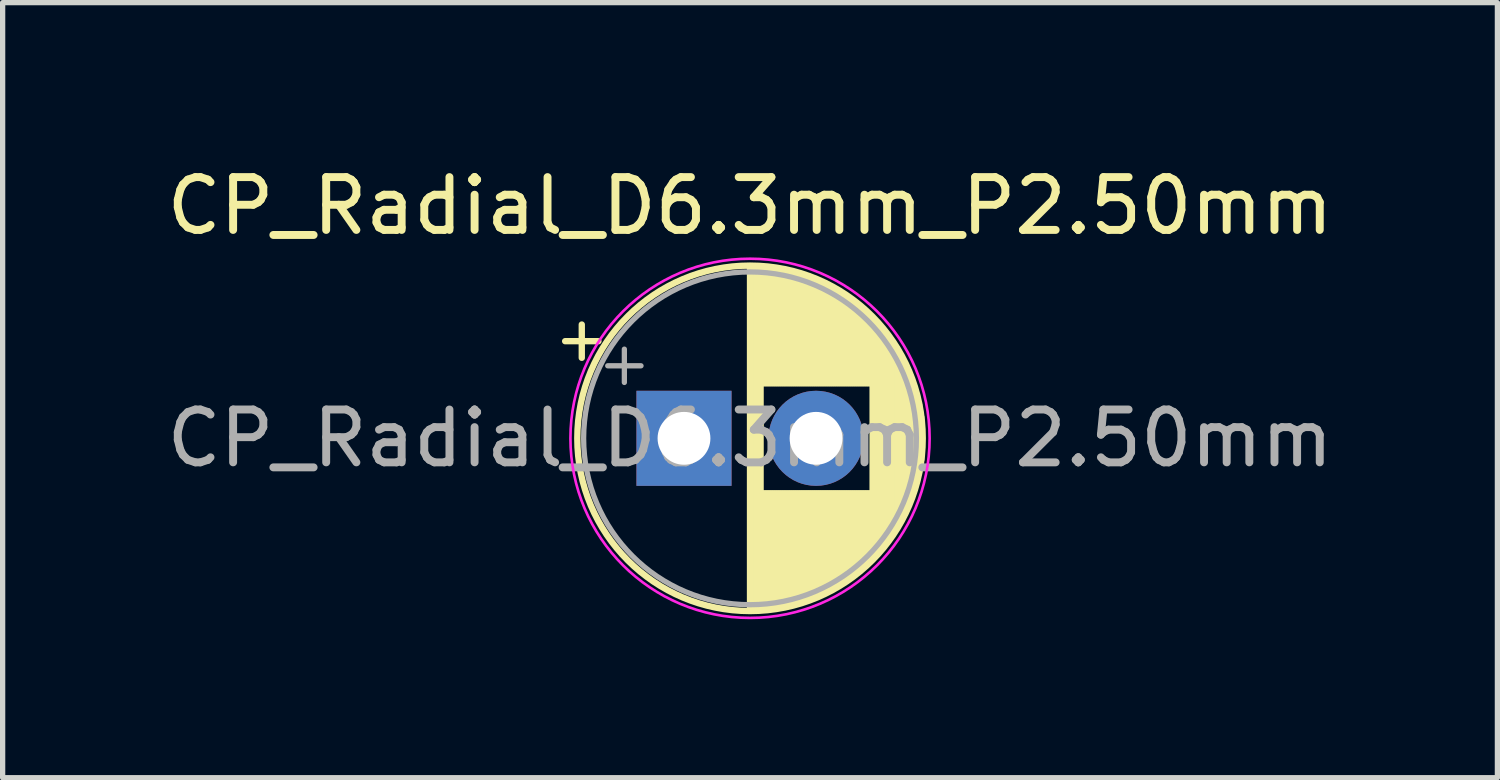
<source format=kicad_pcb>
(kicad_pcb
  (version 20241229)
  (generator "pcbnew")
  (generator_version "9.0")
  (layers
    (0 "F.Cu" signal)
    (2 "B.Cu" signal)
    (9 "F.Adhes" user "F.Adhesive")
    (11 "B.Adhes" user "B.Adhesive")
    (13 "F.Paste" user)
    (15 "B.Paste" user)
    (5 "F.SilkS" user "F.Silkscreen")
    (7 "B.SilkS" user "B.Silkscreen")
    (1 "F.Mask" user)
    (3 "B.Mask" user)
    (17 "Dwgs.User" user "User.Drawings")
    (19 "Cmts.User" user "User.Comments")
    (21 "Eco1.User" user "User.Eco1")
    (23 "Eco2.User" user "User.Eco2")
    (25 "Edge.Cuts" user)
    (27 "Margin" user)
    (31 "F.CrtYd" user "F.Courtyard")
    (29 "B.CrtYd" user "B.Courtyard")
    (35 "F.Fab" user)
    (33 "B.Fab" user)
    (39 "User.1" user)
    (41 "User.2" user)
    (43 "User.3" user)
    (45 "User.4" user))
  (footprint "CP_Radial_D6.3mm_P2.50mm"
    (layer "F.Cu")
    (at 9.899 5.248)
    (property "Reference" "CP_Radial_D6.3mm_P2.50mm" (at 1.25 -4.4 180) (layer "F.SilkS") (effects (font (size 1 1) (thickness 0.15))))
    (attr through_hole)
    (fp_line (start -2.25 -1.839) (end -1.62 -1.839) (stroke (width 0.12) (type solid)) (layer "F.SilkS"))
    (fp_line (start -1.935 -2.154) (end -1.935 -1.524) (stroke (width 0.12) (type solid)) (layer "F.SilkS"))
    (fp_line (start 1.25 -3.23) (end 1.25 3.23) (stroke (width 0.12) (type solid)) (layer "F.SilkS"))
    (fp_line (start 1.29 -3.23) (end 1.29 3.23) (stroke (width 0.12) (type solid)) (layer "F.SilkS"))
    (fp_line (start 1.33 -3.23) (end 1.33 3.23) (stroke (width 0.12) (type solid)) (layer "F.SilkS"))
    (fp_line (start 1.37 -3.228) (end 1.37 3.228) (stroke (width 0.12) (type solid)) (layer "F.SilkS"))
    (fp_line (start 1.41 -3.227) (end 1.41 3.227) (stroke (width 0.12) (type solid)) (layer "F.SilkS"))
    (fp_line (start 1.45 -3.224) (end 1.45 3.224) (stroke (width 0.12) (type solid)) (layer "F.SilkS"))
    (fp_line (start 1.49 -3.222) (end 1.49 -1.04) (stroke (width 0.12) (type solid)) (layer "F.SilkS"))
    (fp_line (start 1.49 1.04) (end 1.49 3.222) (stroke (width 0.12) (type solid)) (layer "F.SilkS"))
    (fp_line (start 1.53 -3.218) (end 1.53 -1.04) (stroke (width 0.12) (type solid)) (layer "F.SilkS"))
    (fp_line (start 1.53 1.04) (end 1.53 3.218) (stroke (width 0.12) (type solid)) (layer "F.SilkS"))
    (fp_line (start 1.57 -3.215) (end 1.57 -1.04) (stroke (width 0.12) (type solid)) (layer "F.SilkS"))
    (fp_line (start 1.57 1.04) (end 1.57 3.215) (stroke (width 0.12) (type solid)) (layer "F.SilkS"))
    (fp_line (start 1.61 -3.211) (end 1.61 -1.04) (stroke (width 0.12) (type solid)) (layer "F.SilkS"))
    (fp_line (start 1.61 1.04) (end 1.61 3.211) (stroke (width 0.12) (type solid)) (layer "F.SilkS"))
    (fp_line (start 1.65 -3.206) (end 1.65 -1.04) (stroke (width 0.12) (type solid)) (layer "F.SilkS"))
    (fp_line (start 1.65 1.04) (end 1.65 3.206) (stroke (width 0.12) (type solid)) (layer "F.SilkS"))
    (fp_line (start 1.69 -3.201) (end 1.69 -1.04) (stroke (width 0.12) (type solid)) (layer "F.SilkS"))
    (fp_line (start 1.69 1.04) (end 1.69 3.201) (stroke (width 0.12) (type solid)) (layer "F.SilkS"))
    (fp_line (start 1.73 -3.195) (end 1.73 -1.04) (stroke (width 0.12) (type solid)) (layer "F.SilkS"))
    (fp_line (start 1.73 1.04) (end 1.73 3.195) (stroke (width 0.12) (type solid)) (layer "F.SilkS"))
    (fp_line (start 1.77 -3.189) (end 1.77 -1.04) (stroke (width 0.12) (type solid)) (layer "F.SilkS"))
    (fp_line (start 1.77 1.04) (end 1.77 3.189) (stroke (width 0.12) (type solid)) (layer "F.SilkS"))
    (fp_line (start 1.81 -3.182) (end 1.81 -1.04) (stroke (width 0.12) (type solid)) (layer "F.SilkS"))
    (fp_line (start 1.81 1.04) (end 1.81 3.182) (stroke (width 0.12) (type solid)) (layer "F.SilkS"))
    (fp_line (start 1.85 -3.175) (end 1.85 -1.04) (stroke (width 0.12) (type solid)) (layer "F.SilkS"))
    (fp_line (start 1.85 1.04) (end 1.85 3.175) (stroke (width 0.12) (type solid)) (layer "F.SilkS"))
    (fp_line (start 1.89 -3.167) (end 1.89 -1.04) (stroke (width 0.12) (type solid)) (layer "F.SilkS"))
    (fp_line (start 1.89 1.04) (end 1.89 3.167) (stroke (width 0.12) (type solid)) (layer "F.SilkS"))
    (fp_line (start 1.93 -3.159) (end 1.93 -1.04) (stroke (width 0.12) (type solid)) (layer "F.SilkS"))
    (fp_line (start 1.93 1.04) (end 1.93 3.159) (stroke (width 0.12) (type solid)) (layer "F.SilkS"))
    (fp_line (start 1.971 -3.15) (end 1.971 -1.04) (stroke (width 0.12) (type solid)) (layer "F.SilkS"))
    (fp_line (start 1.971 1.04) (end 1.971 3.15) (stroke (width 0.12) (type solid)) (layer "F.SilkS"))
    (fp_line (start 2.011 -3.141) (end 2.011 -1.04) (stroke (width 0.12) (type solid)) (layer "F.SilkS"))
    (fp_line (start 2.011 1.04) (end 2.011 3.141) (stroke (width 0.12) (type solid)) (layer "F.SilkS"))
    (fp_line (start 2.051 -3.131) (end 2.051 -1.04) (stroke (width 0.12) (type solid)) (layer "F.SilkS"))
    (fp_line (start 2.051 1.04) (end 2.051 3.131) (stroke (width 0.12) (type solid)) (layer "F.SilkS"))
    (fp_line (start 2.091 -3.121) (end 2.091 -1.04) (stroke (width 0.12) (type solid)) (layer "F.SilkS"))
    (fp_line (start 2.091 1.04) (end 2.091 3.121) (stroke (width 0.12) (type solid)) (layer "F.SilkS"))
    (fp_line (start 2.131 -3.11) (end 2.131 -1.04) (stroke (width 0.12) (type solid)) (layer "F.SilkS"))
    (fp_line (start 2.131 1.04) (end 2.131 3.11) (stroke (width 0.12) (type solid)) (layer "F.SilkS"))
    (fp_line (start 2.171 -3.098) (end 2.171 -1.04) (stroke (width 0.12) (type solid)) (layer "F.SilkS"))
    (fp_line (start 2.171 1.04) (end 2.171 3.098) (stroke (width 0.12) (type solid)) (layer "F.SilkS"))
    (fp_line (start 2.211 -3.086) (end 2.211 -1.04) (stroke (width 0.12) (type solid)) (layer "F.SilkS"))
    (fp_line (start 2.211 1.04) (end 2.211 3.086) (stroke (width 0.12) (type solid)) (layer "F.SilkS"))
    (fp_line (start 2.251 -3.074) (end 2.251 -1.04) (stroke (width 0.12) (type solid)) (layer "F.SilkS"))
    (fp_line (start 2.251 1.04) (end 2.251 3.074) (stroke (width 0.12) (type solid)) (layer "F.SilkS"))
    (fp_line (start 2.291 -3.061) (end 2.291 -1.04) (stroke (width 0.12) (type solid)) (layer "F.SilkS"))
    (fp_line (start 2.291 1.04) (end 2.291 3.061) (stroke (width 0.12) (type solid)) (layer "F.SilkS"))
    (fp_line (start 2.331 -3.047) (end 2.331 -1.04) (stroke (width 0.12) (type solid)) (layer "F.SilkS"))
    (fp_line (start 2.331 1.04) (end 2.331 3.047) (stroke (width 0.12) (type solid)) (layer "F.SilkS"))
    (fp_line (start 2.371 -3.033) (end 2.371 -1.04) (stroke (width 0.12) (type solid)) (layer "F.SilkS"))
    (fp_line (start 2.371 1.04) (end 2.371 3.033) (stroke (width 0.12) (type solid)) (layer "F.SilkS"))
    (fp_line (start 2.411 -3.018) (end 2.411 -1.04) (stroke (width 0.12) (type solid)) (layer "F.SilkS"))
    (fp_line (start 2.411 1.04) (end 2.411 3.018) (stroke (width 0.12) (type solid)) (layer "F.SilkS"))
    (fp_line (start 2.451 -3.002) (end 2.451 -1.04) (stroke (width 0.12) (type solid)) (layer "F.SilkS"))
    (fp_line (start 2.451 1.04) (end 2.451 3.002) (stroke (width 0.12) (type solid)) (layer "F.SilkS"))
    (fp_line (start 2.491 -2.986) (end 2.491 -1.04) (stroke (width 0.12) (type solid)) (layer "F.SilkS"))
    (fp_line (start 2.491 1.04) (end 2.491 2.986) (stroke (width 0.12) (type solid)) (layer "F.SilkS"))
    (fp_line (start 2.531 -2.97) (end 2.531 -1.04) (stroke (width 0.12) (type solid)) (layer "F.SilkS"))
    (fp_line (start 2.531 1.04) (end 2.531 2.97) (stroke (width 0.12) (type solid)) (layer "F.SilkS"))
    (fp_line (start 2.571 -2.952) (end 2.571 -1.04) (stroke (width 0.12) (type solid)) (layer "F.SilkS"))
    (fp_line (start 2.571 1.04) (end 2.571 2.952) (stroke (width 0.12) (type solid)) (layer "F.SilkS"))
    (fp_line (start 2.611 -2.934) (end 2.611 -1.04) (stroke (width 0.12) (type solid)) (layer "F.SilkS"))
    (fp_line (start 2.611 1.04) (end 2.611 2.934) (stroke (width 0.12) (type solid)) (layer "F.SilkS"))
    (fp_line (start 2.651 -2.916) (end 2.651 -1.04) (stroke (width 0.12) (type solid)) (layer "F.SilkS"))
    (fp_line (start 2.651 1.04) (end 2.651 2.916) (stroke (width 0.12) (type solid)) (layer "F.SilkS"))
    (fp_line (start 2.691 -2.896) (end 2.691 -1.04) (stroke (width 0.12) (type solid)) (layer "F.SilkS"))
    (fp_line (start 2.691 1.04) (end 2.691 2.896) (stroke (width 0.12) (type solid)) (layer "F.SilkS"))
    (fp_line (start 2.731 -2.876) (end 2.731 -1.04) (stroke (width 0.12) (type solid)) (layer "F.SilkS"))
    (fp_line (start 2.731 1.04) (end 2.731 2.876) (stroke (width 0.12) (type solid)) (layer "F.SilkS"))
    (fp_line (start 2.771 -2.856) (end 2.771 -1.04) (stroke (width 0.12) (type solid)) (layer "F.SilkS"))
    (fp_line (start 2.771 1.04) (end 2.771 2.856) (stroke (width 0.12) (type solid)) (layer "F.SilkS"))
    (fp_line (start 2.811 -2.834) (end 2.811 -1.04) (stroke (width 0.12) (type solid)) (layer "F.SilkS"))
    (fp_line (start 2.811 1.04) (end 2.811 2.834) (stroke (width 0.12) (type solid)) (layer "F.SilkS"))
    (fp_line (start 2.851 -2.812) (end 2.851 -1.04) (stroke (width 0.12) (type solid)) (layer "F.SilkS"))
    (fp_line (start 2.851 1.04) (end 2.851 2.812) (stroke (width 0.12) (type solid)) (layer "F.SilkS"))
    (fp_line (start 2.891 -2.79) (end 2.891 -1.04) (stroke (width 0.12) (type solid)) (layer "F.SilkS"))
    (fp_line (start 2.891 1.04) (end 2.891 2.79) (stroke (width 0.12) (type solid)) (layer "F.SilkS"))
    (fp_line (start 2.931 -2.766) (end 2.931 -1.04) (stroke (width 0.12) (type solid)) (layer "F.SilkS"))
    (fp_line (start 2.931 1.04) (end 2.931 2.766) (stroke (width 0.12) (type solid)) (layer "F.SilkS"))
    (fp_line (start 2.971 -2.742) (end 2.971 -1.04) (stroke (width 0.12) (type solid)) (layer "F.SilkS"))
    (fp_line (start 2.971 1.04) (end 2.971 2.742) (stroke (width 0.12) (type solid)) (layer "F.SilkS"))
    (fp_line (start 3.011 -2.716) (end 3.011 -1.04) (stroke (width 0.12) (type solid)) (layer "F.SilkS"))
    (fp_line (start 3.011 1.04) (end 3.011 2.716) (stroke (width 0.12) (type solid)) (layer "F.SilkS"))
    (fp_line (start 3.051 -2.69) (end 3.051 -1.04) (stroke (width 0.12) (type solid)) (layer "F.SilkS"))
    (fp_line (start 3.051 1.04) (end 3.051 2.69) (stroke (width 0.12) (type solid)) (layer "F.SilkS"))
    (fp_line (start 3.091 -2.664) (end 3.091 -1.04) (stroke (width 0.12) (type solid)) (layer "F.SilkS"))
    (fp_line (start 3.091 1.04) (end 3.091 2.664) (stroke (width 0.12) (type solid)) (layer "F.SilkS"))
    (fp_line (start 3.131 -2.636) (end 3.131 -1.04) (stroke (width 0.12) (type solid)) (layer "F.SilkS"))
    (fp_line (start 3.131 1.04) (end 3.131 2.636) (stroke (width 0.12) (type solid)) (layer "F.SilkS"))
    (fp_line (start 3.171 -2.607) (end 3.171 -1.04) (stroke (width 0.12) (type solid)) (layer "F.SilkS"))
    (fp_line (start 3.171 1.04) (end 3.171 2.607) (stroke (width 0.12) (type solid)) (layer "F.SilkS"))
    (fp_line (start 3.211 -2.578) (end 3.211 -1.04) (stroke (width 0.12) (type solid)) (layer "F.SilkS"))
    (fp_line (start 3.211 1.04) (end 3.211 2.578) (stroke (width 0.12) (type solid)) (layer "F.SilkS"))
    (fp_line (start 3.251 -2.548) (end 3.251 -1.04) (stroke (width 0.12) (type solid)) (layer "F.SilkS"))
    (fp_line (start 3.251 1.04) (end 3.251 2.548) (stroke (width 0.12) (type solid)) (layer "F.SilkS"))
    (fp_line (start 3.291 -2.516) (end 3.291 -1.04) (stroke (width 0.12) (type solid)) (layer "F.SilkS"))
    (fp_line (start 3.291 1.04) (end 3.291 2.516) (stroke (width 0.12) (type solid)) (layer "F.SilkS"))
    (fp_line (start 3.331 -2.484) (end 3.331 -1.04) (stroke (width 0.12) (type solid)) (layer "F.SilkS"))
    (fp_line (start 3.331 1.04) (end 3.331 2.484) (stroke (width 0.12) (type solid)) (layer "F.SilkS"))
    (fp_line (start 3.371 -2.45) (end 3.371 -1.04) (stroke (width 0.12) (type solid)) (layer "F.SilkS"))
    (fp_line (start 3.371 1.04) (end 3.371 2.45) (stroke (width 0.12) (type solid)) (layer "F.SilkS"))
    (fp_line (start 3.411 -2.416) (end 3.411 -1.04) (stroke (width 0.12) (type solid)) (layer "F.SilkS"))
    (fp_line (start 3.411 1.04) (end 3.411 2.416) (stroke (width 0.12) (type solid)) (layer "F.SilkS"))
    (fp_line (start 3.451 -2.38) (end 3.451 -1.04) (stroke (width 0.12) (type solid)) (layer "F.SilkS"))
    (fp_line (start 3.451 1.04) (end 3.451 2.38) (stroke (width 0.12) (type solid)) (layer "F.SilkS"))
    (fp_line (start 3.491 -2.343) (end 3.491 -1.04) (stroke (width 0.12) (type solid)) (layer "F.SilkS"))
    (fp_line (start 3.491 1.04) (end 3.491 2.343) (stroke (width 0.12) (type solid)) (layer "F.SilkS"))
    (fp_line (start 3.531 -2.305) (end 3.531 -1.04) (stroke (width 0.12) (type solid)) (layer "F.SilkS"))
    (fp_line (start 3.531 1.04) (end 3.531 2.305) (stroke (width 0.12) (type solid)) (layer "F.SilkS"))
    (fp_line (start 3.571 -2.265) (end 3.571 2.265) (stroke (width 0.12) (type solid)) (layer "F.SilkS"))
    (fp_line (start 3.611 -2.224) (end 3.611 2.224) (stroke (width 0.12) (type solid)) (layer "F.SilkS"))
    (fp_line (start 3.651 -2.182) (end 3.651 2.182) (stroke (width 0.12) (type solid)) (layer "F.SilkS"))
    (fp_line (start 3.691 -2.137) (end 3.691 2.137) (stroke (width 0.12) (type solid)) (layer "F.SilkS"))
    (fp_line (start 3.731 -2.092) (end 3.731 2.092) (stroke (width 0.12) (type solid)) (layer "F.SilkS"))
    (fp_line (start 3.771 -2.044) (end 3.771 2.044) (stroke (width 0.12) (type solid)) (layer "F.SilkS"))
    (fp_line (start 3.811 -1.995) (end 3.811 1.995) (stroke (width 0.12) (type solid)) (layer "F.SilkS"))
    (fp_line (start 3.851 -1.944) (end 3.851 1.944) (stroke (width 0.12) (type solid)) (layer "F.SilkS"))
    (fp_line (start 3.891 -1.89) (end 3.891 1.89) (stroke (width 0.12) (type solid)) (layer "F.SilkS"))
    (fp_line (start 3.931 -1.834) (end 3.931 1.834) (stroke (width 0.12) (type solid)) (layer "F.SilkS"))
    (fp_line (start 3.971 -1.776) (end 3.971 1.776) (stroke (width 0.12) (type solid)) (layer "F.SilkS"))
    (fp_line (start 4.011 -1.714) (end 4.011 1.714) (stroke (width 0.12) (type solid)) (layer "F.SilkS"))
    (fp_line (start 4.051 -1.65) (end 4.051 1.65) (stroke (width 0.12) (type solid)) (layer "F.SilkS"))
    (fp_line (start 4.091 -1.581) (end 4.091 1.581) (stroke (width 0.12) (type solid)) (layer "F.SilkS"))
    (fp_line (start 4.131 -1.509) (end 4.131 1.509) (stroke (width 0.12) (type solid)) (layer "F.SilkS"))
    (fp_line (start 4.171 -1.432) (end 4.171 1.432) (stroke (width 0.12) (type solid)) (layer "F.SilkS"))
    (fp_line (start 4.211 -1.35) (end 4.211 1.35) (stroke (width 0.12) (type solid)) (layer "F.SilkS"))
    (fp_line (start 4.251 -1.262) (end 4.251 1.262) (stroke (width 0.12) (type solid)) (layer "F.SilkS"))
    (fp_line (start 4.291 -1.165) (end 4.291 1.165) (stroke (width 0.12) (type solid)) (layer "F.SilkS"))
    (fp_line (start 4.331 -1.059) (end 4.331 1.059) (stroke (width 0.12) (type solid)) (layer "F.SilkS"))
    (fp_line (start 4.371 -0.94) (end 4.371 0.94) (stroke (width 0.12) (type solid)) (layer "F.SilkS"))
    (fp_line (start 4.411 -0.802) (end 4.411 0.802) (stroke (width 0.12) (type solid)) (layer "F.SilkS"))
    (fp_line (start 4.451 -0.633) (end 4.451 0.633) (stroke (width 0.12) (type solid)) (layer "F.SilkS"))
    (fp_line (start 4.491 -0.402) (end 4.491 0.402) (stroke (width 0.12) (type solid)) (layer "F.SilkS"))
    (fp_circle (center 1.25 0) (end 4.52 0) (stroke (width 0.12) (type solid)) (fill no) (layer "F.SilkS"))
    (fp_circle (center 1.25 0) (end 4.65 0) (stroke (width 0.05) (type solid)) (fill no) (layer "F.CrtYd"))
    (fp_line (start -1.444 -1.373) (end -0.814 -1.373) (stroke (width 0.1) (type solid)) (layer "F.Fab"))
    (fp_line (start -1.129 -1.688) (end -1.129 -1.058) (stroke (width 0.1) (type solid)) (layer "F.Fab"))
    (fp_circle (center 1.25 0) (end 4.4 0) (stroke (width 0.1) (type solid)) (fill no) (layer "F.Fab"))
    (fp_text user "${REFERENCE}" (at 1.25 0 180) (layer "F.Fab") (effects (font (size 1 1) (thickness 0.15))))
    (pad "1" thru_hole rect (at 0 0) (size 1.8 1.8) (drill 1) (layers "*.Cu" "*.Mask"))
    (pad "2" thru_hole circle (at 2.5 0) (size 1.8 1.8) (drill 1) (layers "*.Cu" "*.Mask")))
  (gr_rect
    (start -3 -3)
    (end 25.298 11.673)
    (stroke (width 0.1) (type default))
    (fill no)
    (layer "Edge.Cuts")))
</source>
